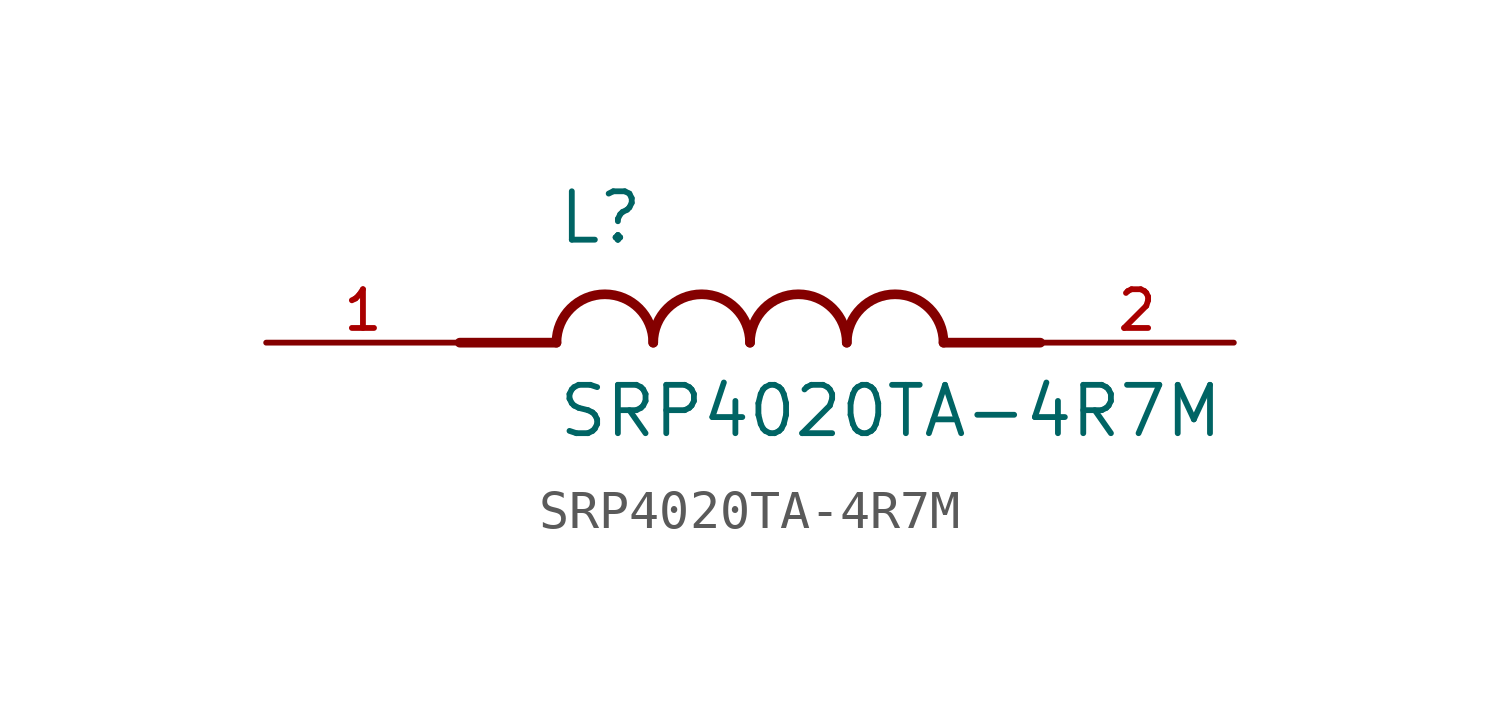
<source format=kicad_sym>
(kicad_symbol_lib
  (version 20211014)
  (generator kicad_symbol_editor)
  (symbol "SRP4020TA-4R7M"
    (pin_names
      (offset 1.016))
    (property "Reference" "L"
      (at -5.08 2.54 0)
      (effects (font (size 1.27 1.27)) (justify bottom left)))
    (property "Value" "SRP4020TA-4R7M"
      (at -5.08 -2.54 0)
      (effects (font (size 1.27 1.27)) (justify bottom left)))
    (symbol "SRP4020TA-4R7M_0_0"
      (polyline (pts (xy -5.08 0.0) (xy -7.62 0.0)) (stroke (width 0.254)))
      (polyline (pts (xy 5.08 0.0) (xy 7.62 0.0)) (stroke (width 0.254)))
      (arc (start -2.54 0.0) (mid -3.81 1.27) (end -5.08 0.0) (stroke (width 0.254) (type default) (color 0 0 0 0)) (fill (type none)))
      (arc (start 0.0 0.0) (mid -1.27 1.27) (end -2.54 0.0) (stroke (width 0.254) (type default) (color 0 0 0 0)) (fill (type none)))
      (arc (start 2.54 0.0) (mid 1.27 1.27) (end 0.0 0.0) (stroke (width 0.254) (type default) (color 0 0 0 0)) (fill (type none)))
      (arc (start 5.08 0.0) (mid 3.81 1.27) (end 2.54 0.0) (stroke (width 0.254) (type default) (color 0 0 0 0)) (fill (type none)))
      (pin passive line (at -12.7 0.0 0) (length 5.08) (name "~" (effects (font (size 1.016 1.016)))) (number "1" (effects (font (size 1.016 1.016)))))
      (pin passive line (at 12.7 0.0 180.0) (length 5.08) (name "~" (effects (font (size 1.016 1.016)))) (number "2" (effects (font (size 1.016 1.016))))))))
</source>
